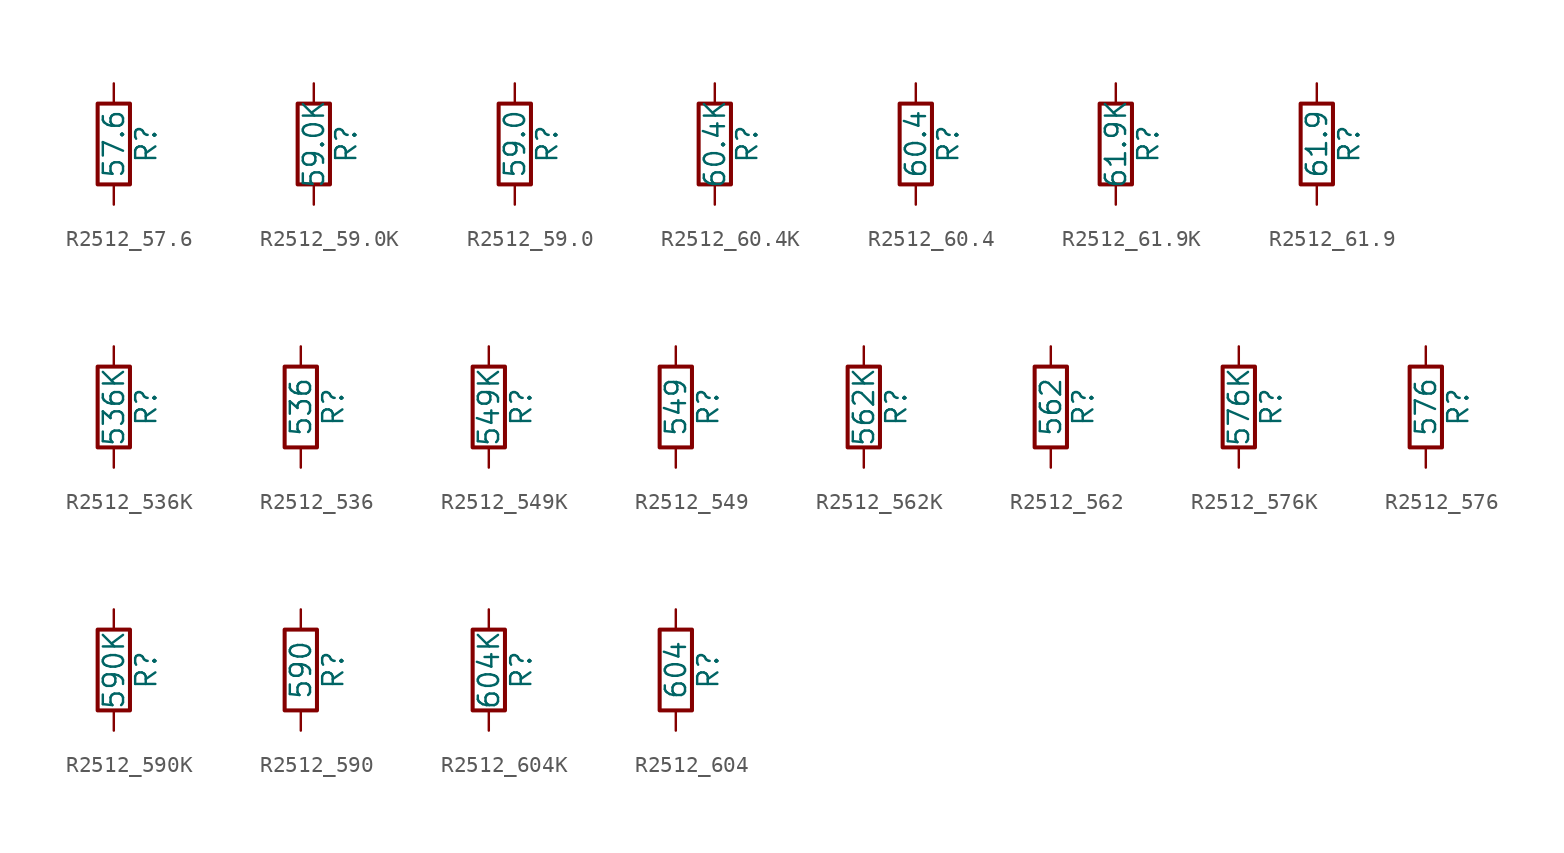
<source format=kicad_sym>
(kicad_symbol_lib
  (version 20211014)
  (generator atlantix-eda)
  (symbol "R2512_57.6"
    (pin_numbers hide)
    (pin_names
      (offset 0))
    (property "Reference" "R"
      (at 2.032 0 90)
      (effects (font (size 1.27 1.27))))
    (property "Value" "57.6"
      (at 0 0 90)
      (effects (font (size 1.27 1.27))))
    (symbol "R2512_57.6_0_1"
      (rectangle (start -1.016 -2.54) (end 1.016 2.54) (stroke (width 0.254) (type default) (color 0 0 0 0)) (fill (type none))))
    (symbol "R2512_57.6_1_1"
      (pin passive line (at 0 3.81 270) (length 1.27) (name "~" (effects (font (size 1.27 1.27)))) (number "1" (effects (font (size 1.27 1.27)))))
      (pin passive line (at 0 -3.81 90) (length 1.27) (name "~" (effects (font (size 1.27 1.27)))) (number "2" (effects (font (size 1.27 1.27)))))))
  (symbol "R2512_59.0K"
    (pin_numbers hide)
    (pin_names
      (offset 0))
    (property "Reference" "R"
      (at 2.032 0 90)
      (effects (font (size 1.27 1.27))))
    (property "Value" "59.0K"
      (at 0 0 90)
      (effects (font (size 1.27 1.27))))
    (symbol "R2512_59.0K_0_1"
      (rectangle (start -1.016 -2.54) (end 1.016 2.54) (stroke (width 0.254) (type default) (color 0 0 0 0)) (fill (type none))))
    (symbol "R2512_59.0K_1_1"
      (pin passive line (at 0 3.81 270) (length 1.27) (name "~" (effects (font (size 1.27 1.27)))) (number "1" (effects (font (size 1.27 1.27)))))
      (pin passive line (at 0 -3.81 90) (length 1.27) (name "~" (effects (font (size 1.27 1.27)))) (number "2" (effects (font (size 1.27 1.27)))))))
  (symbol "R2512_59.0"
    (pin_numbers hide)
    (pin_names
      (offset 0))
    (property "Reference" "R"
      (at 2.032 0 90)
      (effects (font (size 1.27 1.27))))
    (property "Value" "59.0"
      (at 0 0 90)
      (effects (font (size 1.27 1.27))))
    (symbol "R2512_59.0_0_1"
      (rectangle (start -1.016 -2.54) (end 1.016 2.54) (stroke (width 0.254) (type default) (color 0 0 0 0)) (fill (type none))))
    (symbol "R2512_59.0_1_1"
      (pin passive line (at 0 3.81 270) (length 1.27) (name "~" (effects (font (size 1.27 1.27)))) (number "1" (effects (font (size 1.27 1.27)))))
      (pin passive line (at 0 -3.81 90) (length 1.27) (name "~" (effects (font (size 1.27 1.27)))) (number "2" (effects (font (size 1.27 1.27)))))))
  (symbol "R2512_60.4K"
    (pin_numbers hide)
    (pin_names
      (offset 0))
    (property "Reference" "R"
      (at 2.032 0 90)
      (effects (font (size 1.27 1.27))))
    (property "Value" "60.4K"
      (at 0 0 90)
      (effects (font (size 1.27 1.27))))
    (symbol "R2512_60.4K_0_1"
      (rectangle (start -1.016 -2.54) (end 1.016 2.54) (stroke (width 0.254) (type default) (color 0 0 0 0)) (fill (type none))))
    (symbol "R2512_60.4K_1_1"
      (pin passive line (at 0 3.81 270) (length 1.27) (name "~" (effects (font (size 1.27 1.27)))) (number "1" (effects (font (size 1.27 1.27)))))
      (pin passive line (at 0 -3.81 90) (length 1.27) (name "~" (effects (font (size 1.27 1.27)))) (number "2" (effects (font (size 1.27 1.27)))))))
  (symbol "R2512_60.4"
    (pin_numbers hide)
    (pin_names
      (offset 0))
    (property "Reference" "R"
      (at 2.032 0 90)
      (effects (font (size 1.27 1.27))))
    (property "Value" "60.4"
      (at 0 0 90)
      (effects (font (size 1.27 1.27))))
    (symbol "R2512_60.4_0_1"
      (rectangle (start -1.016 -2.54) (end 1.016 2.54) (stroke (width 0.254) (type default) (color 0 0 0 0)) (fill (type none))))
    (symbol "R2512_60.4_1_1"
      (pin passive line (at 0 3.81 270) (length 1.27) (name "~" (effects (font (size 1.27 1.27)))) (number "1" (effects (font (size 1.27 1.27)))))
      (pin passive line (at 0 -3.81 90) (length 1.27) (name "~" (effects (font (size 1.27 1.27)))) (number "2" (effects (font (size 1.27 1.27)))))))
  (symbol "R2512_61.9K"
    (pin_numbers hide)
    (pin_names
      (offset 0))
    (property "Reference" "R"
      (at 2.032 0 90)
      (effects (font (size 1.27 1.27))))
    (property "Value" "61.9K"
      (at 0 0 90)
      (effects (font (size 1.27 1.27))))
    (symbol "R2512_61.9K_0_1"
      (rectangle (start -1.016 -2.54) (end 1.016 2.54) (stroke (width 0.254) (type default) (color 0 0 0 0)) (fill (type none))))
    (symbol "R2512_61.9K_1_1"
      (pin passive line (at 0 3.81 270) (length 1.27) (name "~" (effects (font (size 1.27 1.27)))) (number "1" (effects (font (size 1.27 1.27)))))
      (pin passive line (at 0 -3.81 90) (length 1.27) (name "~" (effects (font (size 1.27 1.27)))) (number "2" (effects (font (size 1.27 1.27)))))))
  (symbol "R2512_61.9"
    (pin_numbers hide)
    (pin_names
      (offset 0))
    (property "Reference" "R"
      (at 2.032 0 90)
      (effects (font (size 1.27 1.27))))
    (property "Value" "61.9"
      (at 0 0 90)
      (effects (font (size 1.27 1.27))))
    (symbol "R2512_61.9_0_1"
      (rectangle (start -1.016 -2.54) (end 1.016 2.54) (stroke (width 0.254) (type default) (color 0 0 0 0)) (fill (type none))))
    (symbol "R2512_61.9_1_1"
      (pin passive line (at 0 3.81 270) (length 1.27) (name "~" (effects (font (size 1.27 1.27)))) (number "1" (effects (font (size 1.27 1.27)))))
      (pin passive line (at 0 -3.81 90) (length 1.27) (name "~" (effects (font (size 1.27 1.27)))) (number "2" (effects (font (size 1.27 1.27)))))))
  (symbol "R2512_536K"
    (pin_numbers hide)
    (pin_names
      (offset 0))
    (property "Reference" "R"
      (at 2.032 0 90)
      (effects (font (size 1.27 1.27))))
    (property "Value" "536K"
      (at 0 0 90)
      (effects (font (size 1.27 1.27))))
    (symbol "R2512_536K_0_1"
      (rectangle (start -1.016 -2.54) (end 1.016 2.54) (stroke (width 0.254) (type default) (color 0 0 0 0)) (fill (type none))))
    (symbol "R2512_536K_1_1"
      (pin passive line (at 0 3.81 270) (length 1.27) (name "~" (effects (font (size 1.27 1.27)))) (number "1" (effects (font (size 1.27 1.27)))))
      (pin passive line (at 0 -3.81 90) (length 1.27) (name "~" (effects (font (size 1.27 1.27)))) (number "2" (effects (font (size 1.27 1.27)))))))
  (symbol "R2512_536"
    (pin_numbers hide)
    (pin_names
      (offset 0))
    (property "Reference" "R"
      (at 2.032 0 90)
      (effects (font (size 1.27 1.27))))
    (property "Value" "536"
      (at 0 0 90)
      (effects (font (size 1.27 1.27))))
    (symbol "R2512_536_0_1"
      (rectangle (start -1.016 -2.54) (end 1.016 2.54) (stroke (width 0.254) (type default) (color 0 0 0 0)) (fill (type none))))
    (symbol "R2512_536_1_1"
      (pin passive line (at 0 3.81 270) (length 1.27) (name "~" (effects (font (size 1.27 1.27)))) (number "1" (effects (font (size 1.27 1.27)))))
      (pin passive line (at 0 -3.81 90) (length 1.27) (name "~" (effects (font (size 1.27 1.27)))) (number "2" (effects (font (size 1.27 1.27)))))))
  (symbol "R2512_549K"
    (pin_numbers hide)
    (pin_names
      (offset 0))
    (property "Reference" "R"
      (at 2.032 0 90)
      (effects (font (size 1.27 1.27))))
    (property "Value" "549K"
      (at 0 0 90)
      (effects (font (size 1.27 1.27))))
    (symbol "R2512_549K_0_1"
      (rectangle (start -1.016 -2.54) (end 1.016 2.54) (stroke (width 0.254) (type default) (color 0 0 0 0)) (fill (type none))))
    (symbol "R2512_549K_1_1"
      (pin passive line (at 0 3.81 270) (length 1.27) (name "~" (effects (font (size 1.27 1.27)))) (number "1" (effects (font (size 1.27 1.27)))))
      (pin passive line (at 0 -3.81 90) (length 1.27) (name "~" (effects (font (size 1.27 1.27)))) (number "2" (effects (font (size 1.27 1.27)))))))
  (symbol "R2512_549"
    (pin_numbers hide)
    (pin_names
      (offset 0))
    (property "Reference" "R"
      (at 2.032 0 90)
      (effects (font (size 1.27 1.27))))
    (property "Value" "549"
      (at 0 0 90)
      (effects (font (size 1.27 1.27))))
    (symbol "R2512_549_0_1"
      (rectangle (start -1.016 -2.54) (end 1.016 2.54) (stroke (width 0.254) (type default) (color 0 0 0 0)) (fill (type none))))
    (symbol "R2512_549_1_1"
      (pin passive line (at 0 3.81 270) (length 1.27) (name "~" (effects (font (size 1.27 1.27)))) (number "1" (effects (font (size 1.27 1.27)))))
      (pin passive line (at 0 -3.81 90) (length 1.27) (name "~" (effects (font (size 1.27 1.27)))) (number "2" (effects (font (size 1.27 1.27)))))))
  (symbol "R2512_562K"
    (pin_numbers hide)
    (pin_names
      (offset 0))
    (property "Reference" "R"
      (at 2.032 0 90)
      (effects (font (size 1.27 1.27))))
    (property "Value" "562K"
      (at 0 0 90)
      (effects (font (size 1.27 1.27))))
    (symbol "R2512_562K_0_1"
      (rectangle (start -1.016 -2.54) (end 1.016 2.54) (stroke (width 0.254) (type default) (color 0 0 0 0)) (fill (type none))))
    (symbol "R2512_562K_1_1"
      (pin passive line (at 0 3.81 270) (length 1.27) (name "~" (effects (font (size 1.27 1.27)))) (number "1" (effects (font (size 1.27 1.27)))))
      (pin passive line (at 0 -3.81 90) (length 1.27) (name "~" (effects (font (size 1.27 1.27)))) (number "2" (effects (font (size 1.27 1.27)))))))
  (symbol "R2512_562"
    (pin_numbers hide)
    (pin_names
      (offset 0))
    (property "Reference" "R"
      (at 2.032 0 90)
      (effects (font (size 1.27 1.27))))
    (property "Value" "562"
      (at 0 0 90)
      (effects (font (size 1.27 1.27))))
    (symbol "R2512_562_0_1"
      (rectangle (start -1.016 -2.54) (end 1.016 2.54) (stroke (width 0.254) (type default) (color 0 0 0 0)) (fill (type none))))
    (symbol "R2512_562_1_1"
      (pin passive line (at 0 3.81 270) (length 1.27) (name "~" (effects (font (size 1.27 1.27)))) (number "1" (effects (font (size 1.27 1.27)))))
      (pin passive line (at 0 -3.81 90) (length 1.27) (name "~" (effects (font (size 1.27 1.27)))) (number "2" (effects (font (size 1.27 1.27)))))))
  (symbol "R2512_576K"
    (pin_numbers hide)
    (pin_names
      (offset 0))
    (property "Reference" "R"
      (at 2.032 0 90)
      (effects (font (size 1.27 1.27))))
    (property "Value" "576K"
      (at 0 0 90)
      (effects (font (size 1.27 1.27))))
    (symbol "R2512_576K_0_1"
      (rectangle (start -1.016 -2.54) (end 1.016 2.54) (stroke (width 0.254) (type default) (color 0 0 0 0)) (fill (type none))))
    (symbol "R2512_576K_1_1"
      (pin passive line (at 0 3.81 270) (length 1.27) (name "~" (effects (font (size 1.27 1.27)))) (number "1" (effects (font (size 1.27 1.27)))))
      (pin passive line (at 0 -3.81 90) (length 1.27) (name "~" (effects (font (size 1.27 1.27)))) (number "2" (effects (font (size 1.27 1.27)))))))
  (symbol "R2512_576"
    (pin_numbers hide)
    (pin_names
      (offset 0))
    (property "Reference" "R"
      (at 2.032 0 90)
      (effects (font (size 1.27 1.27))))
    (property "Value" "576"
      (at 0 0 90)
      (effects (font (size 1.27 1.27))))
    (symbol "R2512_576_0_1"
      (rectangle (start -1.016 -2.54) (end 1.016 2.54) (stroke (width 0.254) (type default) (color 0 0 0 0)) (fill (type none))))
    (symbol "R2512_576_1_1"
      (pin passive line (at 0 3.81 270) (length 1.27) (name "~" (effects (font (size 1.27 1.27)))) (number "1" (effects (font (size 1.27 1.27)))))
      (pin passive line (at 0 -3.81 90) (length 1.27) (name "~" (effects (font (size 1.27 1.27)))) (number "2" (effects (font (size 1.27 1.27)))))))
  (symbol "R2512_590K"
    (pin_numbers hide)
    (pin_names
      (offset 0))
    (property "Reference" "R"
      (at 2.032 0 90)
      (effects (font (size 1.27 1.27))))
    (property "Value" "590K"
      (at 0 0 90)
      (effects (font (size 1.27 1.27))))
    (symbol "R2512_590K_0_1"
      (rectangle (start -1.016 -2.54) (end 1.016 2.54) (stroke (width 0.254) (type default) (color 0 0 0 0)) (fill (type none))))
    (symbol "R2512_590K_1_1"
      (pin passive line (at 0 3.81 270) (length 1.27) (name "~" (effects (font (size 1.27 1.27)))) (number "1" (effects (font (size 1.27 1.27)))))
      (pin passive line (at 0 -3.81 90) (length 1.27) (name "~" (effects (font (size 1.27 1.27)))) (number "2" (effects (font (size 1.27 1.27)))))))
  (symbol "R2512_590"
    (pin_numbers hide)
    (pin_names
      (offset 0))
    (property "Reference" "R"
      (at 2.032 0 90)
      (effects (font (size 1.27 1.27))))
    (property "Value" "590"
      (at 0 0 90)
      (effects (font (size 1.27 1.27))))
    (symbol "R2512_590_0_1"
      (rectangle (start -1.016 -2.54) (end 1.016 2.54) (stroke (width 0.254) (type default) (color 0 0 0 0)) (fill (type none))))
    (symbol "R2512_590_1_1"
      (pin passive line (at 0 3.81 270) (length 1.27) (name "~" (effects (font (size 1.27 1.27)))) (number "1" (effects (font (size 1.27 1.27)))))
      (pin passive line (at 0 -3.81 90) (length 1.27) (name "~" (effects (font (size 1.27 1.27)))) (number "2" (effects (font (size 1.27 1.27)))))))
  (symbol "R2512_604K"
    (pin_numbers hide)
    (pin_names
      (offset 0))
    (property "Reference" "R"
      (at 2.032 0 90)
      (effects (font (size 1.27 1.27))))
    (property "Value" "604K"
      (at 0 0 90)
      (effects (font (size 1.27 1.27))))
    (symbol "R2512_604K_0_1"
      (rectangle (start -1.016 -2.54) (end 1.016 2.54) (stroke (width 0.254) (type default) (color 0 0 0 0)) (fill (type none))))
    (symbol "R2512_604K_1_1"
      (pin passive line (at 0 3.81 270) (length 1.27) (name "~" (effects (font (size 1.27 1.27)))) (number "1" (effects (font (size 1.27 1.27)))))
      (pin passive line (at 0 -3.81 90) (length 1.27) (name "~" (effects (font (size 1.27 1.27)))) (number "2" (effects (font (size 1.27 1.27)))))))
  (symbol "R2512_604"
    (pin_numbers hide)
    (pin_names
      (offset 0))
    (property "Reference" "R"
      (at 2.032 0 90)
      (effects (font (size 1.27 1.27))))
    (property "Value" "604"
      (at 0 0 90)
      (effects (font (size 1.27 1.27))))
    (symbol "R2512_604_0_1"
      (rectangle (start -1.016 -2.54) (end 1.016 2.54) (stroke (width 0.254) (type default) (color 0 0 0 0)) (fill (type none))))
    (symbol "R2512_604_1_1"
      (pin passive line (at 0 3.81 270) (length 1.27) (name "~" (effects (font (size 1.27 1.27)))) (number "1" (effects (font (size 1.27 1.27)))))
      (pin passive line (at 0 -3.81 90) (length 1.27) (name "~" (effects (font (size 1.27 1.27)))) (number "2" (effects (font (size 1.27 1.27))))))))
</source>
